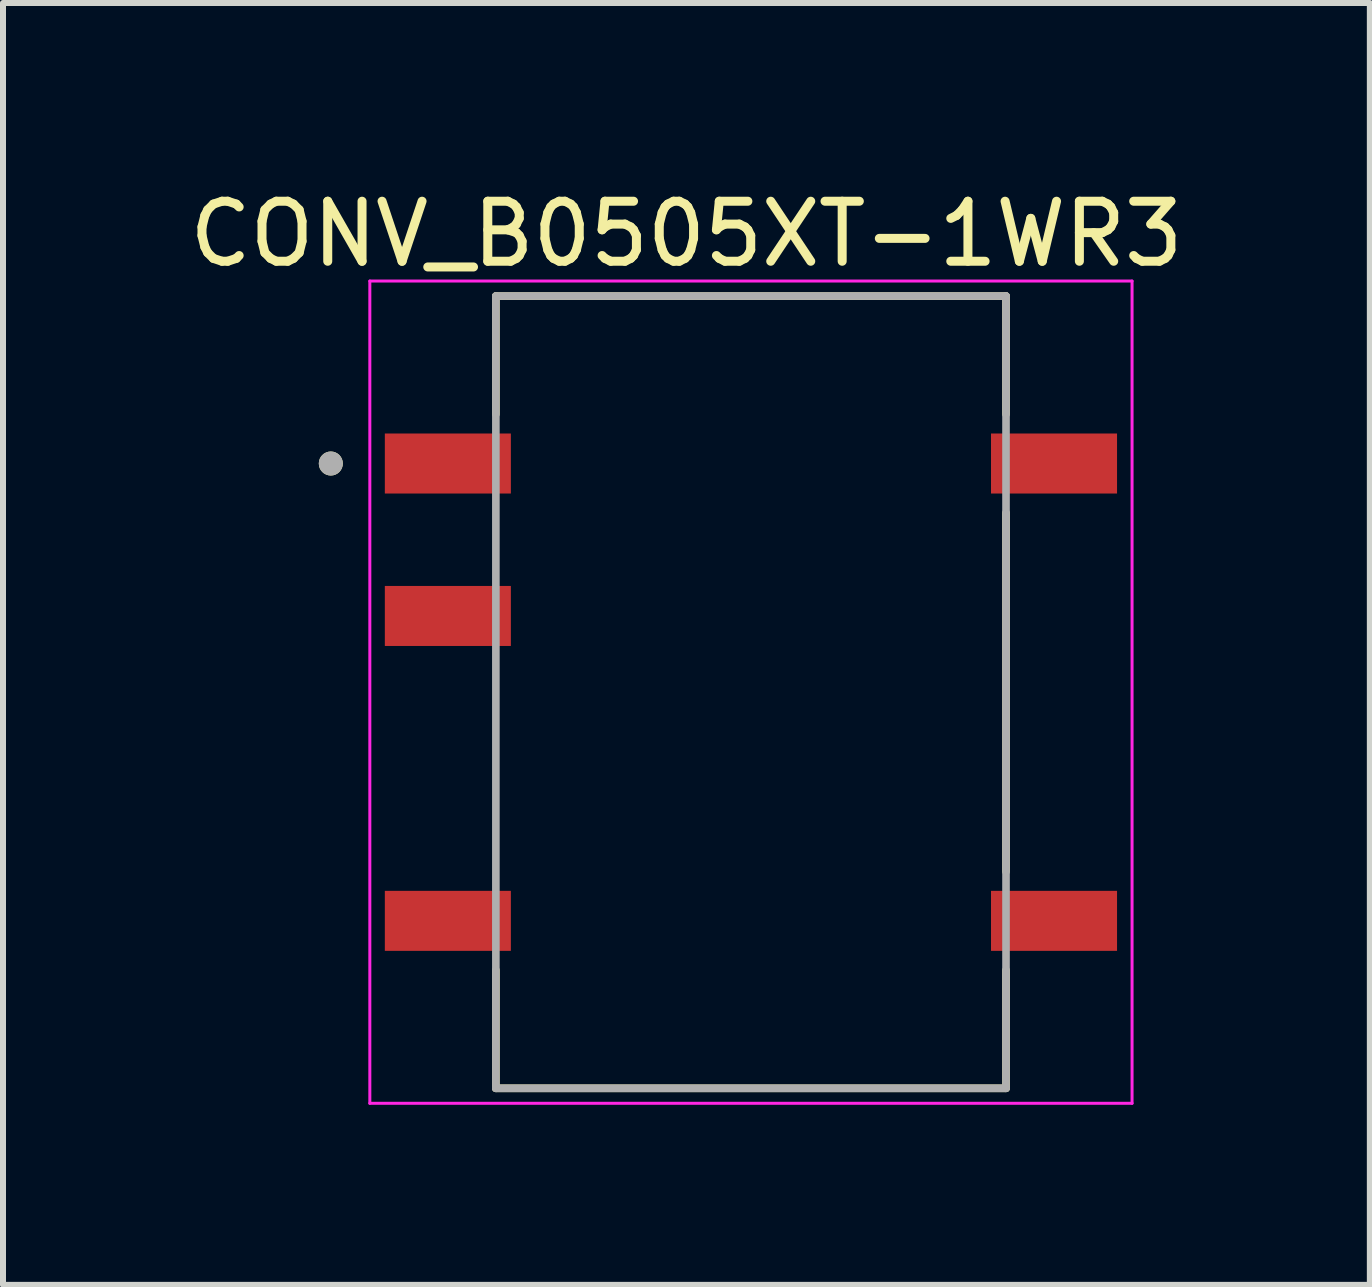
<source format=kicad_pcb>
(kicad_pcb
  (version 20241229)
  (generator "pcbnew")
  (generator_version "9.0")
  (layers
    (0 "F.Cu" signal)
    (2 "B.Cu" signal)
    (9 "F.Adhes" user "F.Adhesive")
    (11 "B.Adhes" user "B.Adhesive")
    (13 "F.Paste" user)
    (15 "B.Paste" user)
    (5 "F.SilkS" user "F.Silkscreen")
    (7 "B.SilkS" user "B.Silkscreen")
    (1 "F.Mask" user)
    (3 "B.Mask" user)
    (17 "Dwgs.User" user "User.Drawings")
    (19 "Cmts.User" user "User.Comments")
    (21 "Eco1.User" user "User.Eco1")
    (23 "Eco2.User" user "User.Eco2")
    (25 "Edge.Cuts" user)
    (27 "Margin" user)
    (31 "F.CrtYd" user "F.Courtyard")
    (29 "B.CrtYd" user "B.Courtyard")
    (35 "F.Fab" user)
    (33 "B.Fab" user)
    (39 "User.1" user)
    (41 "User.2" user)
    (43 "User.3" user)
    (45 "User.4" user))
  (footprint "CONV_B0505XT-1WR3"
    (layer "F.Cu")
    (at 9.462 8.483)
    (property "Reference" "CONV_B0505XT-1WR3" (at -1.075 -7.635 0) (layer "F.SilkS") (effects (font (size 1 1) (thickness 0.15))))
    (attr smd)
    (fp_line (start -4.25 -6.6) (end -4.25 -4.63) (stroke (width 0.127) (type solid)) (layer "F.SilkS"))
    (fp_line (start -4.25 -6.6) (end 4.25 -6.6) (stroke (width 0.127) (type solid)) (layer "F.SilkS"))
    (fp_line (start -4.25 6.6) (end -4.25 4.63) (stroke (width 0.127) (type solid)) (layer "F.SilkS"))
    (fp_line (start 4.25 -6.6) (end 4.25 -4.63) (stroke (width 0.127) (type solid)) (layer "F.SilkS"))
    (fp_line (start 4.25 -2.99) (end 4.25 2.99) (stroke (width 0.127) (type solid)) (layer "F.SilkS"))
    (fp_line (start 4.25 6.6) (end -4.25 6.6) (stroke (width 0.127) (type solid)) (layer "F.SilkS"))
    (fp_line (start 4.25 6.6) (end 4.25 4.63) (stroke (width 0.127) (type solid)) (layer "F.SilkS"))
    (fp_circle (center -7 -3.81) (end -6.9 -3.81) (stroke (width 0.2) (type solid)) (fill no) (layer "F.SilkS"))
    (fp_line (start -6.35 -6.85) (end -6.35 6.85) (stroke (width 0.05) (type solid)) (layer "F.CrtYd"))
    (fp_line (start -6.35 6.85) (end 6.35 6.85) (stroke (width 0.05) (type solid)) (layer "F.CrtYd"))
    (fp_line (start 6.35 -6.85) (end -6.35 -6.85) (stroke (width 0.05) (type solid)) (layer "F.CrtYd"))
    (fp_line (start 6.35 6.85) (end 6.35 -6.85) (stroke (width 0.05) (type solid)) (layer "F.CrtYd"))
    (fp_line (start -4.25 -6.6) (end 4.25 -6.6) (stroke (width 0.127) (type solid)) (layer "F.Fab"))
    (fp_line (start -4.25 6.6) (end -4.25 -6.6) (stroke (width 0.127) (type solid)) (layer "F.Fab"))
    (fp_line (start 4.25 -6.6) (end 4.25 6.6) (stroke (width 0.127) (type solid)) (layer "F.Fab"))
    (fp_line (start 4.25 6.6) (end -4.25 6.6) (stroke (width 0.127) (type solid)) (layer "F.Fab"))
    (fp_circle (center -7 -3.81) (end -6.9 -3.81) (stroke (width 0.2) (type solid)) (fill no) (layer "F.Fab"))
    (pad "1" smd rect (at -5.05 -3.81) (size 2.1 1) (layers "F.Cu" "F.Mask" "F.Paste"))
    (pad "2" smd rect (at -5.05 -1.27) (size 2.1 1) (layers "F.Cu" "F.Mask" "F.Paste"))
    (pad "4" smd rect (at -5.05 3.81) (size 2.1 1) (layers "F.Cu" "F.Mask" "F.Paste"))
    (pad "5" smd rect (at 5.05 3.81) (size 2.1 1) (layers "F.Cu" "F.Mask" "F.Paste"))
    (pad "8" smd rect (at 5.05 -3.81) (size 2.1 1) (layers "F.Cu" "F.Mask" "F.Paste")))
  (gr_rect
    (start -3 -3)
    (end 19.774 18.358)
    (stroke (width 0.1) (type default))
    (fill no)
    (layer "Edge.Cuts")))
</source>
